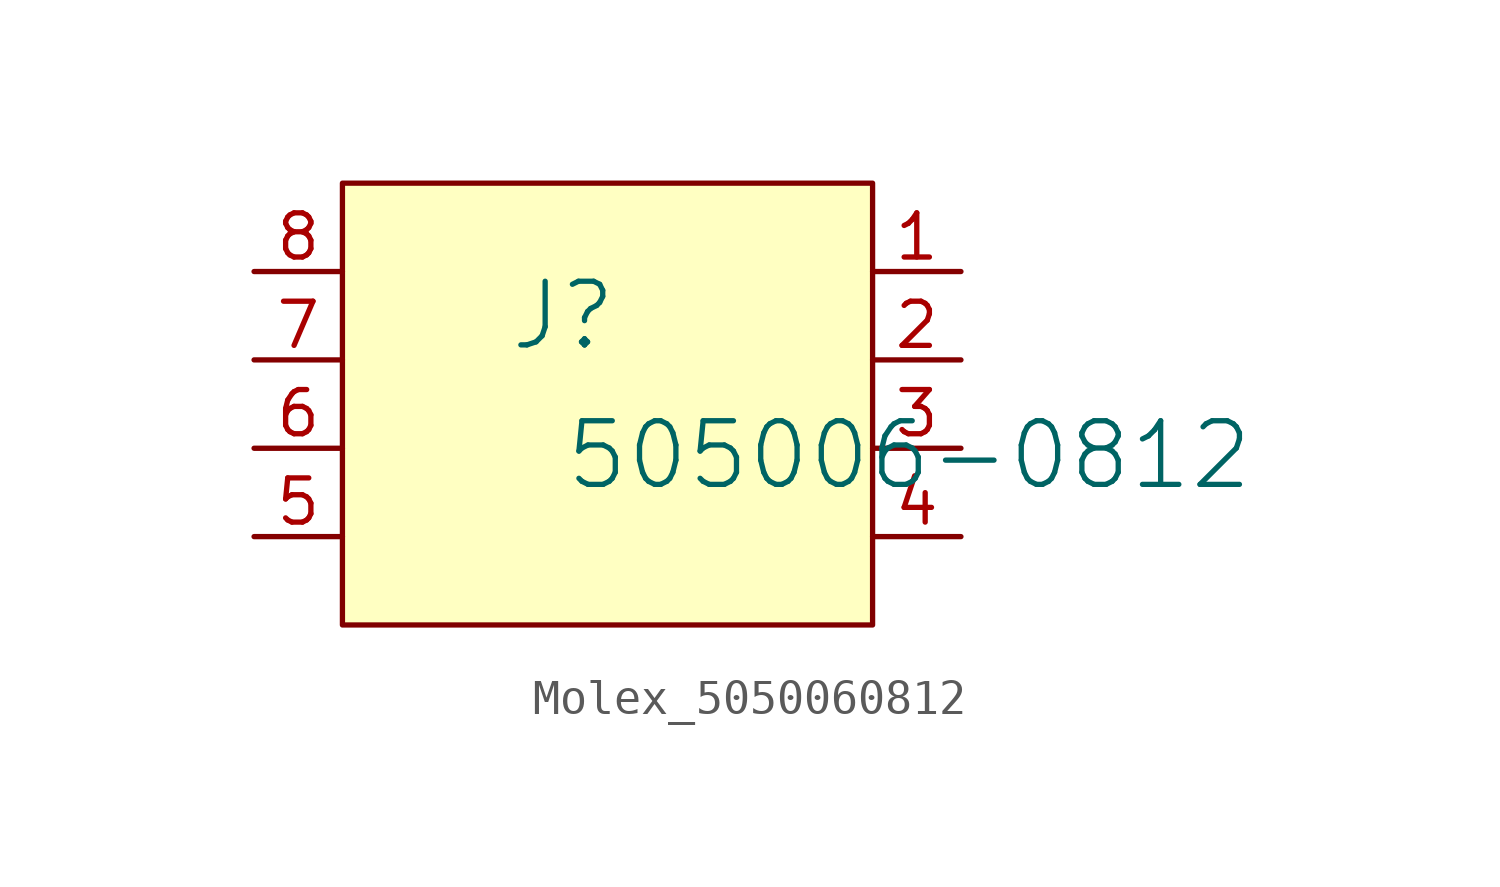
<source format=kicad_sym>
(kicad_symbol_lib
  (version 20241209)
  (generator "kicad_symbol_editor")
  (generator_version "9.0")
  (symbol "Molex_5050060812"
    (pin_names
      (hide yes))
    (property "Reference" "J"
      (at -1.27 1.27 0)
      (effects (font (size 1.829 1.829))))
    (property "Value" "505006-0812"
      (at -1.27 -3.81 0)
      (effects (font (size 1.829 1.829)) (justify left bottom)))
    (symbol "Molex_5050060812_1_0"
      (rectangle (start 7.62 5.08) (end -7.62 -7.62) (stroke (width 0) (type solid) (color 128 0 0 1)) (fill (type background)))
      (pin power_in line (at -10.16 2.54 0) (length 2.54) (name "" (effects (font (size 1.27 1.27)))) (number "8" (effects (font (size 1.27 1.27)))))
      (pin power_in line (at -10.16 0 0) (length 2.54) (name "" (effects (font (size 1.27 1.27)))) (number "7" (effects (font (size 1.27 1.27)))))
      (pin power_in line (at -10.16 -2.54 0) (length 2.54) (name "" (effects (font (size 1.27 1.27)))) (number "6" (effects (font (size 1.27 1.27)))))
      (pin power_in line (at -10.16 -5.08 0) (length 2.54) (name "" (effects (font (size 1.27 1.27)))) (number "5" (effects (font (size 1.27 1.27)))))
      (pin power_in line (at 10.16 2.54 180) (length 2.54) (name "" (effects (font (size 1.27 1.27)))) (number "1" (effects (font (size 1.27 1.27)))))
      (pin power_in line (at 10.16 0 180) (length 2.54) (name "" (effects (font (size 1.27 1.27)))) (number "2" (effects (font (size 1.27 1.27)))))
      (pin power_in line (at 10.16 -2.54 180) (length 2.54) (name "" (effects (font (size 1.27 1.27)))) (number "3" (effects (font (size 1.27 1.27)))))
      (pin power_in line (at 10.16 -5.08 180) (length 2.54) (name "" (effects (font (size 1.27 1.27)))) (number "4" (effects (font (size 1.27 1.27))))))))
</source>
